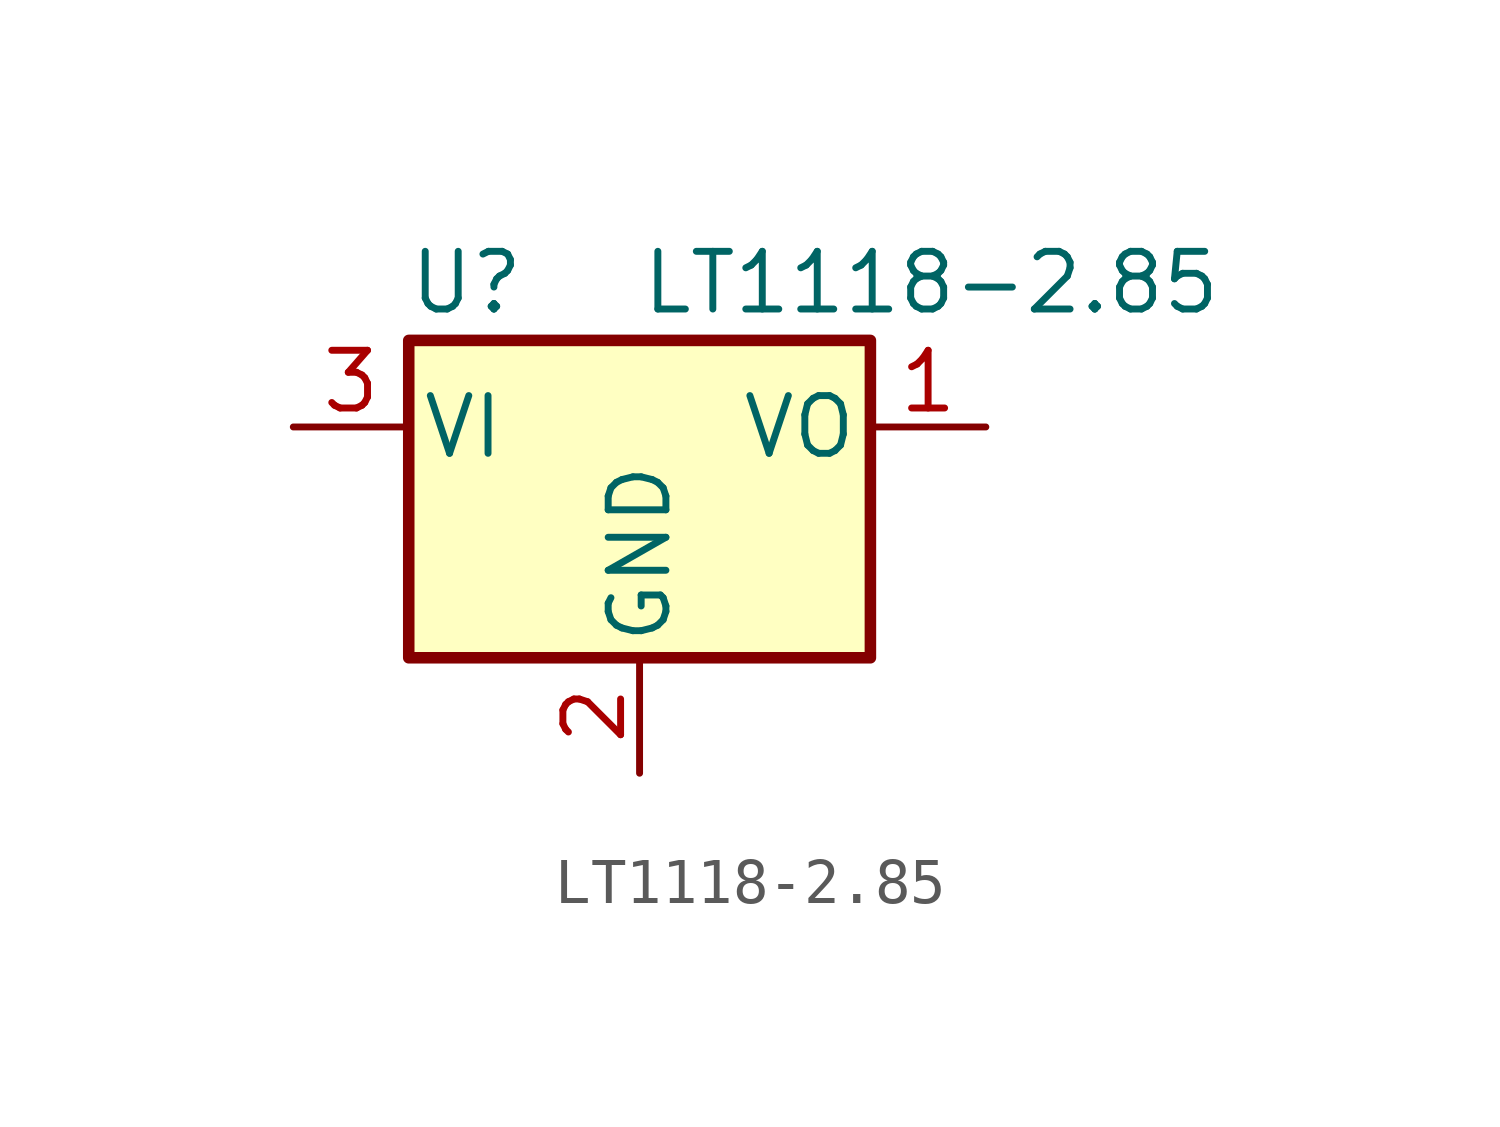
<source format=kicad_sym>
(kicad_symbol_lib
  (version 20241209)
  (generator "kicad_symbol_editor")
  (generator_version "9.0")
  (symbol "LT1118-2.85"
    (pin_names
      (offset 0.254))
    (property "Reference" "U"
      (at -3.81 3.175 0)
      (effects (font (size 1.27 1.27))))
    (property "Value" "LT1118-2.85"
      (at 0 3.175 0)
      (effects (font (size 1.27 1.27)) (justify left)))
    (symbol "LT1118-2.85_0_1"
      (rectangle (start -5.08 1.905) (end 5.08 -5.08) (stroke (width 0.254) (type default)) (fill (type background))))
    (symbol "LT1118-2.85_1_1"
      (pin power_in line (at -7.62 0 0) (length 2.54) (name "VI" (effects (font (size 1.27 1.27)))) (number "3" (effects (font (size 1.27 1.27)))))
      (pin input line (at 0 -7.62 90) (length 2.54) (name "GND" (effects (font (size 1.27 1.27)))) (number "2" (effects (font (size 1.27 1.27)))))
      (pin power_out line (at 7.62 0 180) (length 2.54) (name "VO" (effects (font (size 1.27 1.27)))) (number "1" (effects (font (size 1.27 1.27))))))))
</source>
